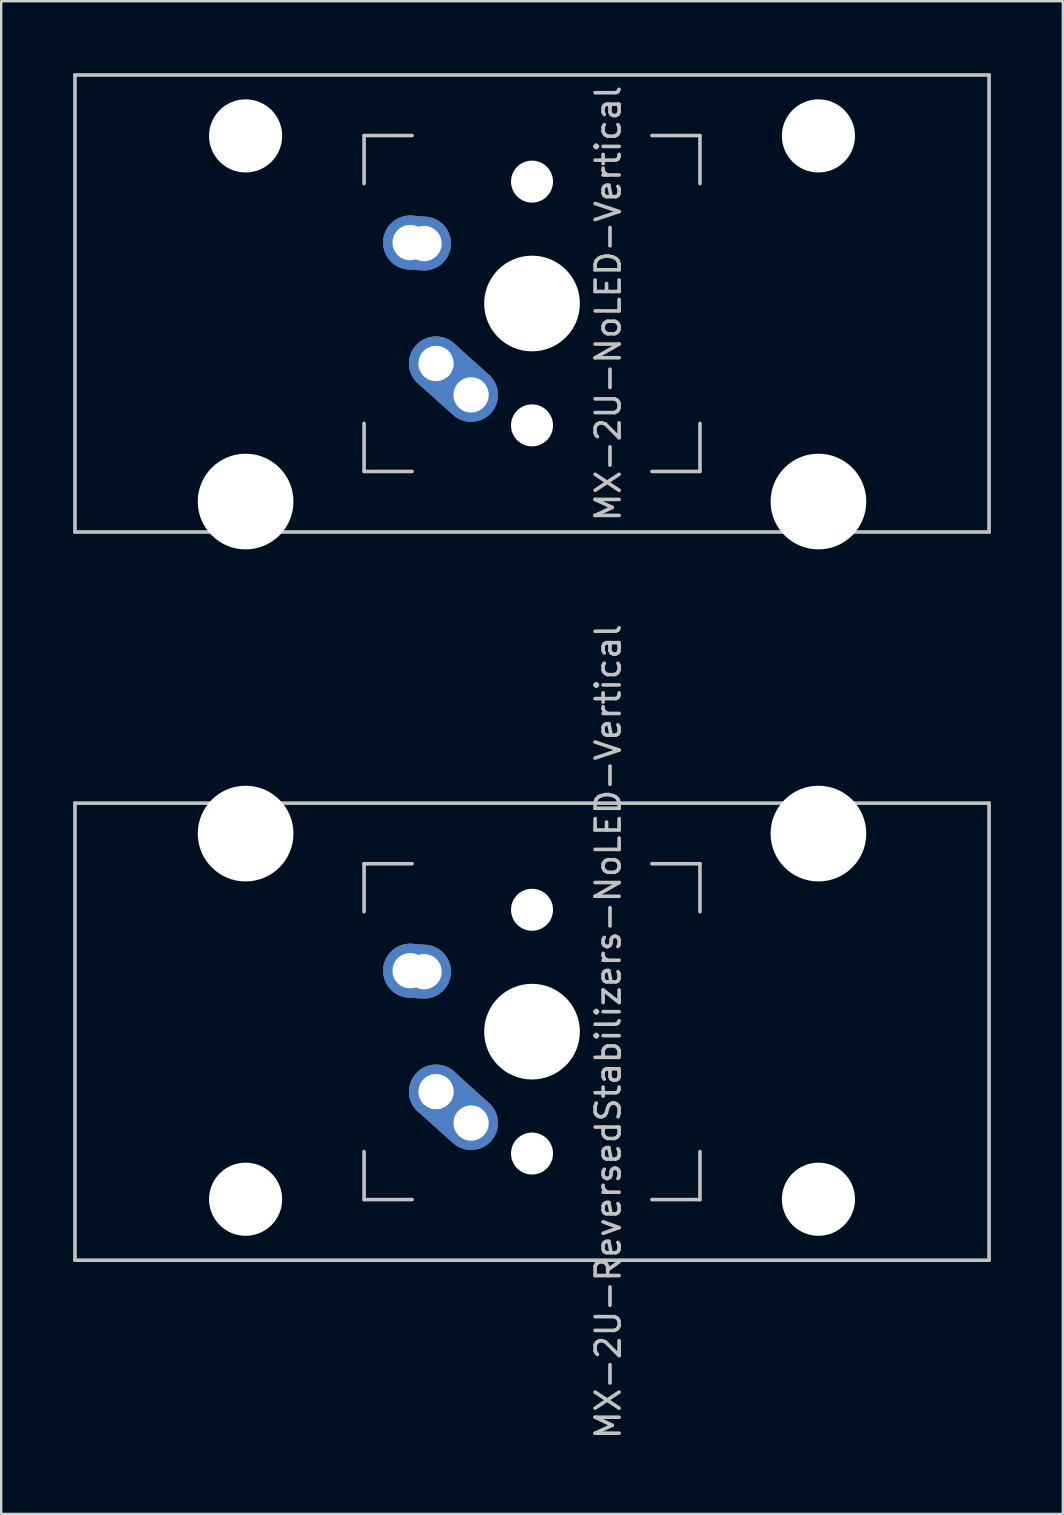
<source format=kicad_pcb>
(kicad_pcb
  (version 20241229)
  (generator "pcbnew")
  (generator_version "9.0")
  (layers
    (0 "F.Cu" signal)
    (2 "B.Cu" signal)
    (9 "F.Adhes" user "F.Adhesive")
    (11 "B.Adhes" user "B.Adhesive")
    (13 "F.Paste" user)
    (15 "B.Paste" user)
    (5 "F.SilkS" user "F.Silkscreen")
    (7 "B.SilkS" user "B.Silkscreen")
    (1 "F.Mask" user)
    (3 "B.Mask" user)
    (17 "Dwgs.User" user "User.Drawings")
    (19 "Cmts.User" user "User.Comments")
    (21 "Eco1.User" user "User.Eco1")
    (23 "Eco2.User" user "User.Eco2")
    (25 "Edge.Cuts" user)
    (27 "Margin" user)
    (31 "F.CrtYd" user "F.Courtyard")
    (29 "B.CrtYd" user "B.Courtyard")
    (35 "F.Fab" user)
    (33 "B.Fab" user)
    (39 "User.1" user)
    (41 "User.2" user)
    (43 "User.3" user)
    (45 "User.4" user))
  (footprint "MX-2U-ReversedStabilizers-NoLED-Vertical"
    (layer "F.Cu")
    (at 19.125 39.95)
    (property "Reference" "MX-2U-ReversedStabilizers-NoLED-Vertical" (at 3.175 0 90) (layer "Dwgs.User") (effects (font (size 1 1) (thickness 0.15))))
    (attr through_hole)
    (fp_line (start -19.05 -9.525) (end 19.05 -9.525) (stroke (width 0.15) (type solid)) (layer "Dwgs.User"))
    (fp_line (start -19.05 9.525) (end -19.05 -9.525) (stroke (width 0.15) (type solid)) (layer "Dwgs.User"))
    (fp_line (start -19.05 9.525) (end 19.05 9.525) (stroke (width 0.15) (type solid)) (layer "Dwgs.User"))
    (fp_line (start -7 -7) (end -5 -7) (stroke (width 0.15) (type solid)) (layer "Dwgs.User"))
    (fp_line (start -7 -5) (end -7 -7) (stroke (width 0.15) (type solid)) (layer "Dwgs.User"))
    (fp_line (start -7 5) (end -7 7) (stroke (width 0.15) (type solid)) (layer "Dwgs.User"))
    (fp_line (start -7 7) (end -5 7) (stroke (width 0.15) (type solid)) (layer "Dwgs.User"))
    (fp_line (start 5 7) (end 7 7) (stroke (width 0.15) (type solid)) (layer "Dwgs.User"))
    (fp_line (start 7 -7) (end 5 -7) (stroke (width 0.15) (type solid)) (layer "Dwgs.User"))
    (fp_line (start 7 -5) (end 7 -7) (stroke (width 0.15) (type solid)) (layer "Dwgs.User"))
    (fp_line (start 7 7) (end 7 5) (stroke (width 0.15) (type solid)) (layer "Dwgs.User"))
    (fp_line (start 19.05 -9.525) (end 19.05 9.525) (stroke (width 0.15) (type solid)) (layer "Dwgs.User"))
    (pad "" np_thru_hole circle (at -11.938 -8.255) (size 3.988 3.988) (drill 3.988) (layers "*.Cu" "*.Mask"))
    (pad "" np_thru_hole circle (at -11.938 6.985) (size 3.048 3.048) (drill 3.048) (layers "*.Cu" "*.Mask"))
    (pad "" np_thru_hole circle (at 0 -5.08 138.1) (size 1.75 1.75) (drill 1.75) (layers "*.Cu" "*.Mask"))
    (pad "" np_thru_hole circle (at 0 0 90) (size 3.988 3.988) (drill 3.988) (layers "*.Cu" "*.Mask"))
    (pad "" np_thru_hole circle (at 0 5.08 138.1) (size 1.75 1.75) (drill 1.75) (layers "*.Cu" "*.Mask"))
    (pad "" np_thru_hole circle (at 11.938 -8.255) (size 3.988 3.988) (drill 3.988) (layers "*.Cu" "*.Mask"))
    (pad "" np_thru_hole circle (at 11.938 6.985) (size 3.048 3.048) (drill 3.048) (layers "*.Cu" "*.Mask"))
    (pad "1" thru_hole circle (at -4 2.5 90) (size 2.25 2.25) (drill 1.47) (layers "*.Cu" "B.Mask"))
    (pad "1" thru_hole oval (at -2.54 3.81 138.1) (size 4.212 2.25) (drill 1.47 (offset 0.981 0)) (layers "*.Cu" "B.Mask"))
    (pad "2" thru_hole circle (at -5.08 -2.54 90) (size 2.25 2.25) (drill 1.47) (layers "*.Cu" "B.Mask"))
    (pad "2" thru_hole oval (at -4.5 -2.5 176.055) (size 2.831 2.25) (drill 1.47 (offset 0.291 0)) (layers "*.Cu" "B.Mask")))
  (footprint "MX-2U-NoLED-Vertical"
    (layer "F.Cu")
    (at 19.125 9.6)
    (property "Reference" "MX-2U-NoLED-Vertical" (at 3.175 0 90) (layer "Dwgs.User") (effects (font (size 1 1) (thickness 0.15))))
    (attr through_hole)
    (fp_line (start -19.05 -9.525) (end 19.05 -9.525) (stroke (width 0.15) (type solid)) (layer "Dwgs.User"))
    (fp_line (start -19.05 9.525) (end -19.05 -9.525) (stroke (width 0.15) (type solid)) (layer "Dwgs.User"))
    (fp_line (start -19.05 9.525) (end 19.05 9.525) (stroke (width 0.15) (type solid)) (layer "Dwgs.User"))
    (fp_line (start -7 -7) (end -5 -7) (stroke (width 0.15) (type solid)) (layer "Dwgs.User"))
    (fp_line (start -7 -5) (end -7 -7) (stroke (width 0.15) (type solid)) (layer "Dwgs.User"))
    (fp_line (start -7 5) (end -7 7) (stroke (width 0.15) (type solid)) (layer "Dwgs.User"))
    (fp_line (start -7 7) (end -5 7) (stroke (width 0.15) (type solid)) (layer "Dwgs.User"))
    (fp_line (start 5 7) (end 7 7) (stroke (width 0.15) (type solid)) (layer "Dwgs.User"))
    (fp_line (start 7 -7) (end 5 -7) (stroke (width 0.15) (type solid)) (layer "Dwgs.User"))
    (fp_line (start 7 -5) (end 7 -7) (stroke (width 0.15) (type solid)) (layer "Dwgs.User"))
    (fp_line (start 7 7) (end 7 5) (stroke (width 0.15) (type solid)) (layer "Dwgs.User"))
    (fp_line (start 19.05 -9.525) (end 19.05 9.525) (stroke (width 0.15) (type solid)) (layer "Dwgs.User"))
    (pad "" np_thru_hole circle (at -11.938 -6.985) (size 3.048 3.048) (drill 3.048) (layers "*.Cu" "*.Mask"))
    (pad "" np_thru_hole circle (at -11.938 8.255) (size 3.988 3.988) (drill 3.988) (layers "*.Cu" "*.Mask"))
    (pad "" np_thru_hole circle (at 0 -5.08 138.1) (size 1.75 1.75) (drill 1.75) (layers "*.Cu" "*.Mask"))
    (pad "" np_thru_hole circle (at 0 0 90) (size 3.988 3.988) (drill 3.988) (layers "*.Cu" "*.Mask"))
    (pad "" np_thru_hole circle (at 0 5.08 138.1) (size 1.75 1.75) (drill 1.75) (layers "*.Cu" "*.Mask"))
    (pad "" np_thru_hole circle (at 11.938 -6.985) (size 3.048 3.048) (drill 3.048) (layers "*.Cu" "*.Mask"))
    (pad "" np_thru_hole circle (at 11.938 8.255) (size 3.988 3.988) (drill 3.988) (layers "*.Cu" "*.Mask"))
    (pad "1" thru_hole circle (at -4 2.5 90) (size 2.25 2.25) (drill 1.47) (layers "*.Cu" "B.Mask"))
    (pad "1" thru_hole oval (at -2.54 3.81 138.1) (size 4.212 2.25) (drill 1.47 (offset 0.981 0)) (layers "*.Cu" "B.Mask"))
    (pad "2" thru_hole circle (at -5.08 -2.54 90) (size 2.25 2.25) (drill 1.47) (layers "*.Cu" "B.Mask"))
    (pad "2" thru_hole oval (at -4.5 -2.5 176.055) (size 2.831 2.25) (drill 1.47 (offset 0.291 0)) (layers "*.Cu" "B.Mask")))
  (gr_rect
    (start -3 -3)
    (end 41.25 60.051)
    (stroke (width 0.1) (type default))
    (fill no)
    (layer "Edge.Cuts")))
</source>
